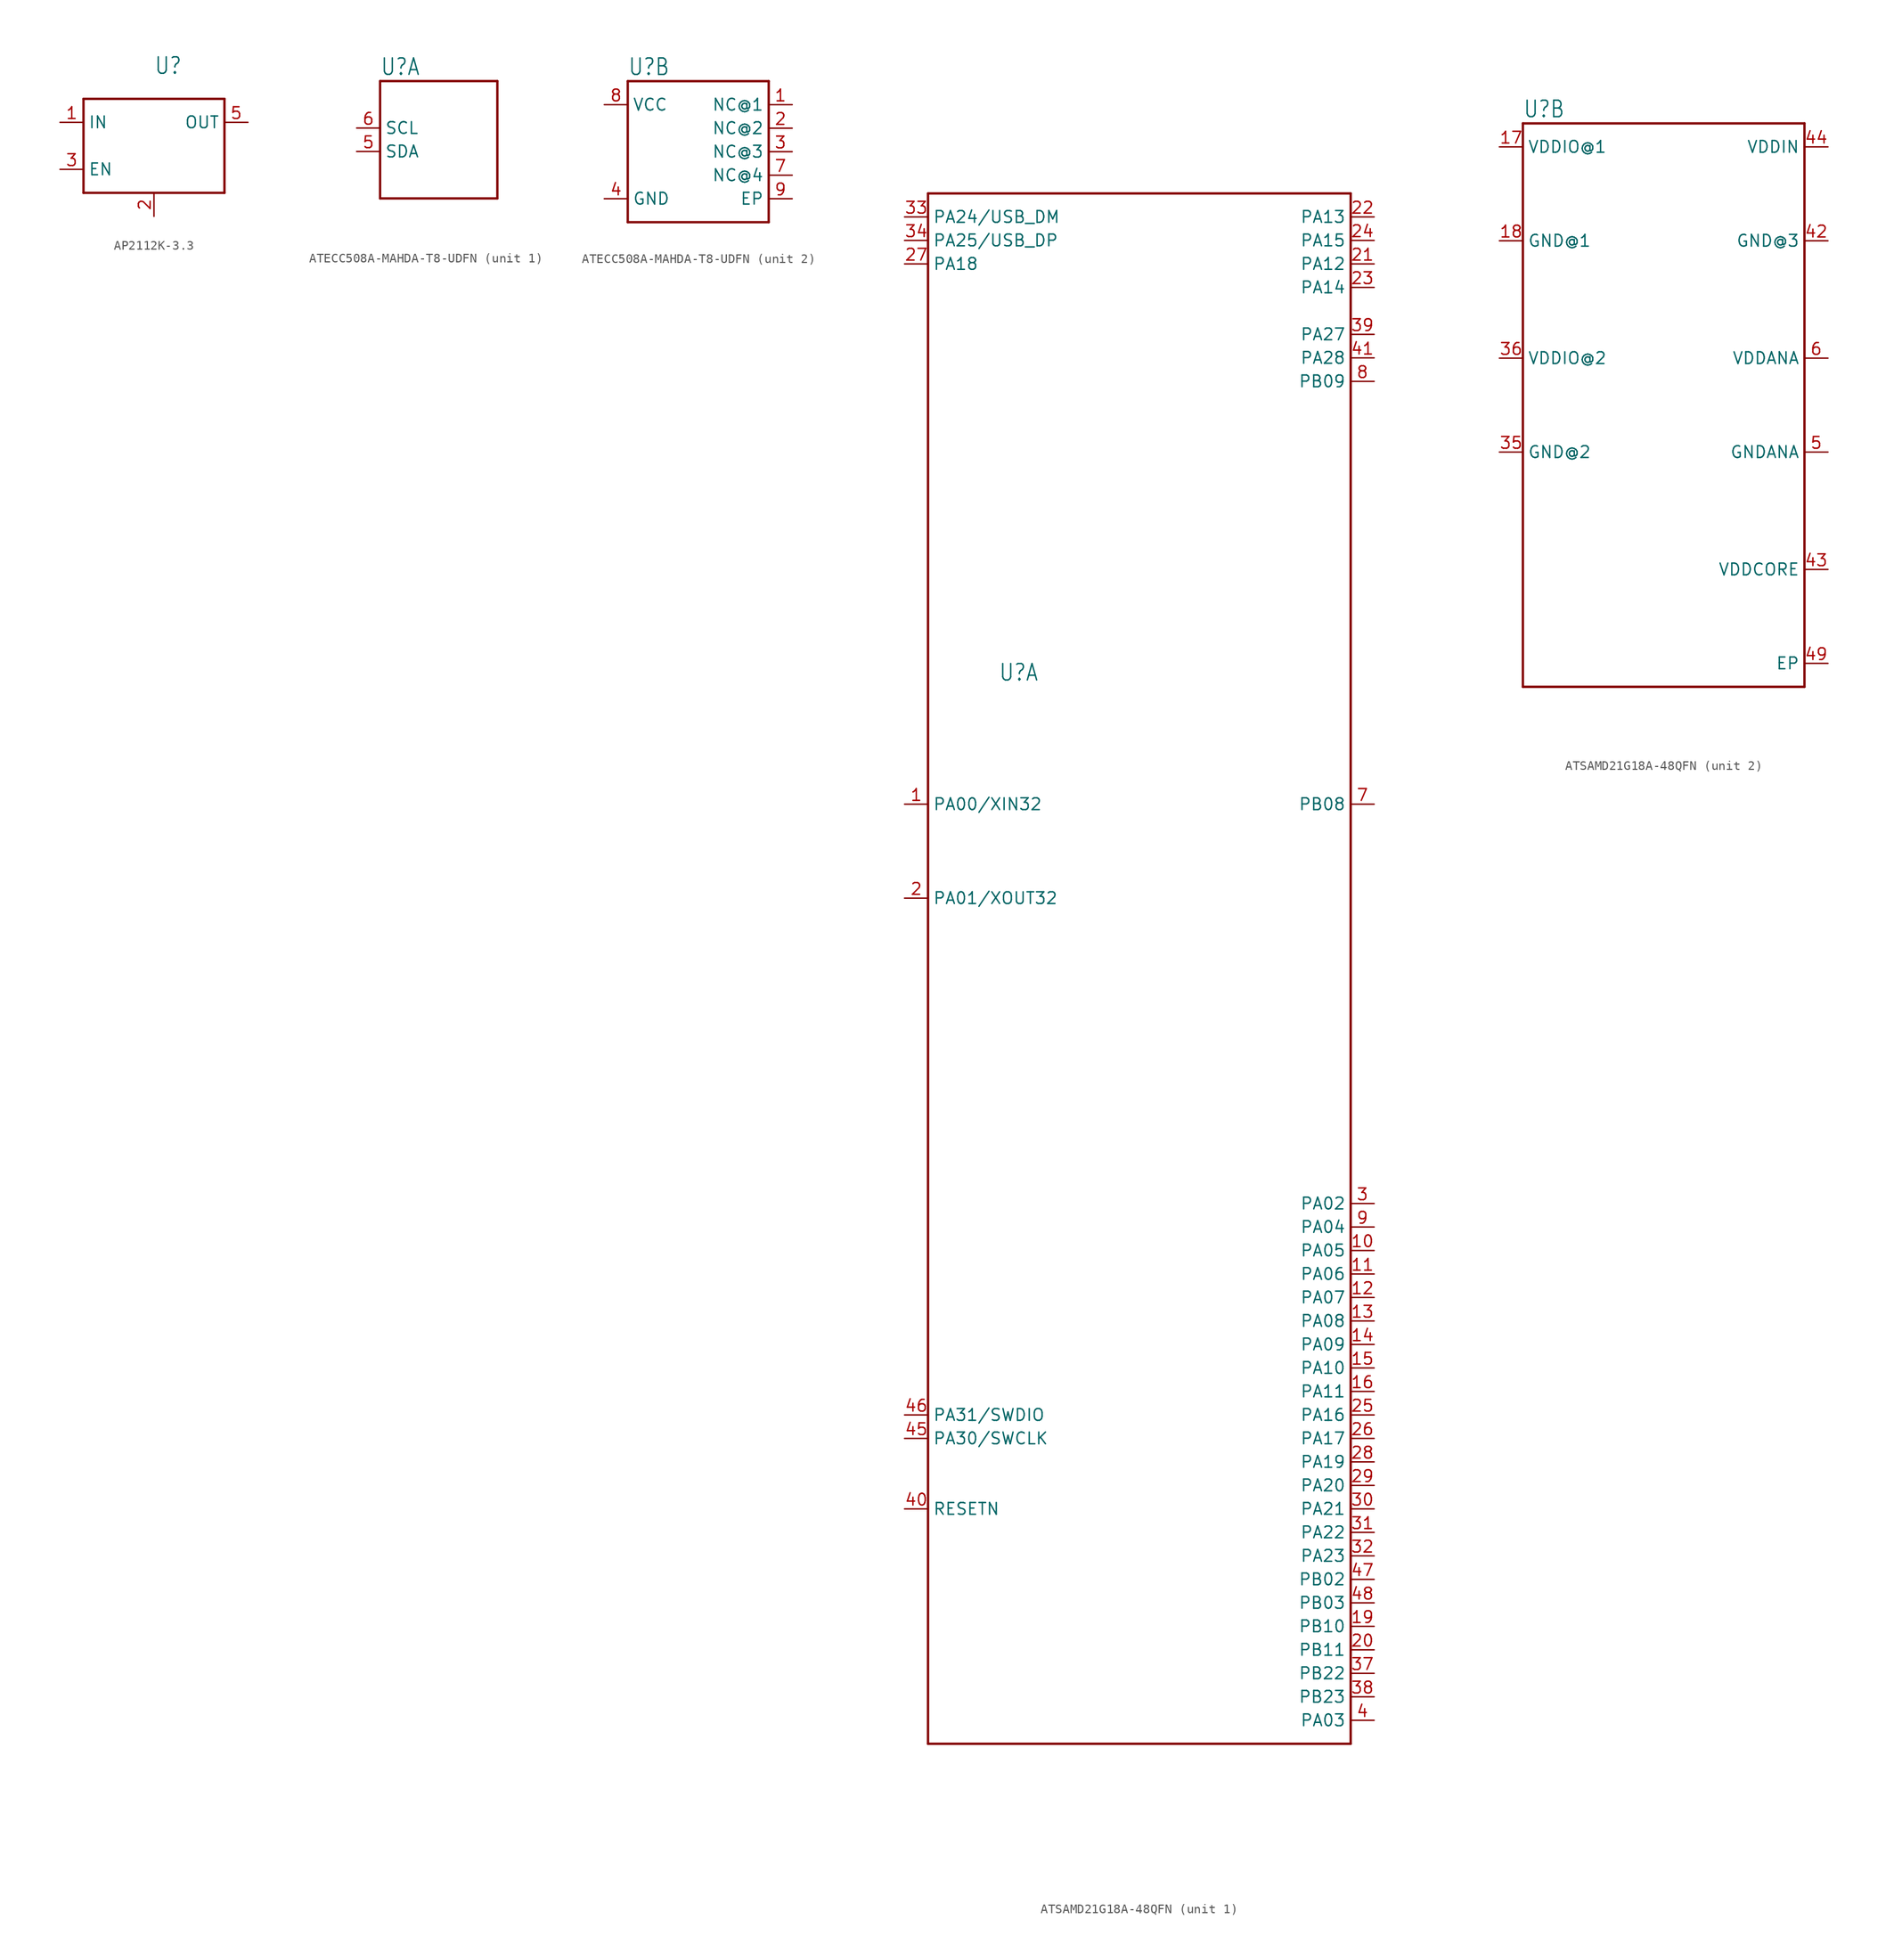
<source format=kicad_sym>
(kicad_symbol_lib
  (version 20231120)
  (generator "kicad_symbol_editor")
  (generator_version "8.0")
  (symbol "AP2112K-3.3"
    (property "Reference" "U"
      (at 0 7.62 0)
      (effects (font (size 1.778 1.511)) (justify left bottom)))
    (property "Value" ""
      (at 1.27 -7.62 0)
      (effects (font (size 1.778 1.511)) (justify left bottom)))
    (property "ki_locked" ""
      (at 0 0 0)
      (effects (font (size 1.27 1.27))))
    (symbol "AP2112K-3.3_1_0"
      (polyline (pts (xy -7.62 -5.08) (xy -7.62 5.08)) (stroke (width 0.254) (type solid)) (fill (type none)))
      (polyline (pts (xy -7.62 5.08) (xy 7.62 5.08)) (stroke (width 0.254) (type solid)) (fill (type none)))
      (polyline (pts (xy 7.62 -5.08) (xy -7.62 -5.08)) (stroke (width 0.254) (type solid)) (fill (type none)))
      (polyline (pts (xy 7.62 5.08) (xy 7.62 -5.08)) (stroke (width 0.254) (type solid)) (fill (type none)))
      (pin power_in line (at -10.16 2.54 0) (length 2.54) (name "IN" (effects (font (size 1.27 1.27)))) (number "1" (effects (font (size 1.27 1.27)))))
      (pin power_in line (at 0 -7.62 90) (length 2.54) (name "GND/ADJ" (effects (font (size 0 0)))) (number "2" (effects (font (size 1.27 1.27)))))
      (pin input line (at -10.16 -2.54 0) (length 2.54) (name "EN" (effects (font (size 1.27 1.27)))) (number "3" (effects (font (size 1.27 1.27)))))
      (pin power_in line (at 10.16 2.54 180) (length 2.54) (name "OUT" (effects (font (size 1.27 1.27)))) (number "5" (effects (font (size 1.27 1.27)))))))
  (symbol "ATECC508A-MAHDA-T8-UDFN"
    (property "Reference" "U"
      (at -7.62 8.128 0)
      (effects (font (size 1.778 1.511)) (justify left bottom)))
    (property "Value" ""
      (at -7.62 -8.128 0)
      (effects (font (size 1.778 1.511)) (justify left top)))
    (property "ki_locked" ""
      (at 0 0 0)
      (effects (font (size 1.27 1.27))))
    (symbol "ATECC508A-MAHDA-T8-UDFN_1_0"
      (polyline (pts (xy -7.62 -5.08) (xy -7.62 7.62)) (stroke (width 0.254) (type solid)) (fill (type none)))
      (polyline (pts (xy -7.62 7.62) (xy 5.08 7.62)) (stroke (width 0.254) (type solid)) (fill (type none)))
      (polyline (pts (xy 5.08 -5.08) (xy -7.62 -5.08)) (stroke (width 0.254) (type solid)) (fill (type none)))
      (polyline (pts (xy 5.08 7.62) (xy 5.08 -5.08)) (stroke (width 0.254) (type solid)) (fill (type none)))
      (pin bidirectional line (at -10.16 0 0) (length 2.54) (name "SDA" (effects (font (size 1.27 1.27)))) (number "5" (effects (font (size 1.27 1.27)))))
      (pin input line (at -10.16 2.54 0) (length 2.54) (name "SCL" (effects (font (size 1.27 1.27)))) (number "6" (effects (font (size 1.27 1.27))))))
    (symbol "ATECC508A-MAHDA-T8-UDFN_2_0"
      (polyline (pts (xy -7.62 -7.62) (xy -7.62 7.62)) (stroke (width 0.254) (type solid)) (fill (type none)))
      (polyline (pts (xy -7.62 7.62) (xy 7.62 7.62)) (stroke (width 0.254) (type solid)) (fill (type none)))
      (polyline (pts (xy 7.62 -7.62) (xy -7.62 -7.62)) (stroke (width 0.254) (type solid)) (fill (type none)))
      (polyline (pts (xy 7.62 7.62) (xy 7.62 -7.62)) (stroke (width 0.254) (type solid)) (fill (type none)))
      (pin bidirectional line (at 10.16 5.08 180) (length 2.54) (name "NC@1" (effects (font (size 1.27 1.27)))) (number "1" (effects (font (size 1.27 1.27)))))
      (pin bidirectional line (at 10.16 2.54 180) (length 2.54) (name "NC@2" (effects (font (size 1.27 1.27)))) (number "2" (effects (font (size 1.27 1.27)))))
      (pin bidirectional line (at 10.16 0 180) (length 2.54) (name "NC@3" (effects (font (size 1.27 1.27)))) (number "3" (effects (font (size 1.27 1.27)))))
      (pin power_in line (at -10.16 -5.08 0) (length 2.54) (name "GND" (effects (font (size 1.27 1.27)))) (number "4" (effects (font (size 1.27 1.27)))))
      (pin bidirectional line (at 10.16 -2.54 180) (length 2.54) (name "NC@4" (effects (font (size 1.27 1.27)))) (number "7" (effects (font (size 1.27 1.27)))))
      (pin power_in line (at -10.16 5.08 0) (length 2.54) (name "VCC" (effects (font (size 1.27 1.27)))) (number "8" (effects (font (size 1.27 1.27)))))
      (pin passive line (at 10.16 -5.08 180) (length 2.54) (name "EP" (effects (font (size 1.27 1.27)))) (number "9" (effects (font (size 1.27 1.27)))))))
  (symbol "ATSAMD21G18A-48QFN"
    (property "Reference" "U"
      (at -15.24 30.988 0)
      (effects (font (size 1.778 1.511)) (justify left bottom)))
    (property "Value" ""
      (at -15.24 -30.988 0)
      (effects (font (size 1.778 1.511)) (justify left top)))
    (property "ki_locked" ""
      (at 0 0 0)
      (effects (font (size 1.27 1.27))))
    (symbol "ATSAMD21G18A-48QFN_1_0"
      (polyline (pts (xy -22.86 -83.82) (xy -22.86 83.82)) (stroke (width 0.254) (type solid)) (fill (type none)))
      (polyline (pts (xy -22.86 83.82) (xy 22.86 83.82)) (stroke (width 0.254) (type solid)) (fill (type none)))
      (polyline (pts (xy 22.86 -83.82) (xy -22.86 -83.82)) (stroke (width 0.254) (type solid)) (fill (type none)))
      (polyline (pts (xy 22.86 83.82) (xy 22.86 -83.82)) (stroke (width 0.254) (type solid)) (fill (type none)))
      (pin bidirectional line (at -25.4 17.78 0) (length 2.54) (name "PA00/XIN32" (effects (font (size 1.27 1.27)))) (number "1" (effects (font (size 1.27 1.27)))))
      (pin bidirectional line (at 25.4 -30.48 180) (length 2.54) (name "PA05" (effects (font (size 1.27 1.27)))) (number "10" (effects (font (size 1.27 1.27)))))
      (pin bidirectional line (at 25.4 -33.02 180) (length 2.54) (name "PA06" (effects (font (size 1.27 1.27)))) (number "11" (effects (font (size 1.27 1.27)))))
      (pin bidirectional line (at 25.4 -35.56 180) (length 2.54) (name "PA07" (effects (font (size 1.27 1.27)))) (number "12" (effects (font (size 1.27 1.27)))))
      (pin bidirectional line (at 25.4 -38.1 180) (length 2.54) (name "PA08" (effects (font (size 1.27 1.27)))) (number "13" (effects (font (size 1.27 1.27)))))
      (pin bidirectional line (at 25.4 -40.64 180) (length 2.54) (name "PA09" (effects (font (size 1.27 1.27)))) (number "14" (effects (font (size 1.27 1.27)))))
      (pin bidirectional line (at 25.4 -43.18 180) (length 2.54) (name "PA10" (effects (font (size 1.27 1.27)))) (number "15" (effects (font (size 1.27 1.27)))))
      (pin bidirectional line (at 25.4 -45.72 180) (length 2.54) (name "PA11" (effects (font (size 1.27 1.27)))) (number "16" (effects (font (size 1.27 1.27)))))
      (pin bidirectional line (at 25.4 -71.12 180) (length 2.54) (name "PB10" (effects (font (size 1.27 1.27)))) (number "19" (effects (font (size 1.27 1.27)))))
      (pin bidirectional line (at -25.4 7.62 0) (length 2.54) (name "PA01/XOUT32" (effects (font (size 1.27 1.27)))) (number "2" (effects (font (size 1.27 1.27)))))
      (pin bidirectional line (at 25.4 -73.66 180) (length 2.54) (name "PB11" (effects (font (size 1.27 1.27)))) (number "20" (effects (font (size 1.27 1.27)))))
      (pin bidirectional line (at 25.4 76.2 180) (length 2.54) (name "PA12" (effects (font (size 1.27 1.27)))) (number "21" (effects (font (size 1.27 1.27)))))
      (pin bidirectional line (at 25.4 81.28 180) (length 2.54) (name "PA13" (effects (font (size 1.27 1.27)))) (number "22" (effects (font (size 1.27 1.27)))))
      (pin bidirectional line (at 25.4 73.66 180) (length 2.54) (name "PA14" (effects (font (size 1.27 1.27)))) (number "23" (effects (font (size 1.27 1.27)))))
      (pin bidirectional line (at 25.4 78.74 180) (length 2.54) (name "PA15" (effects (font (size 1.27 1.27)))) (number "24" (effects (font (size 1.27 1.27)))))
      (pin bidirectional line (at 25.4 -48.26 180) (length 2.54) (name "PA16" (effects (font (size 1.27 1.27)))) (number "25" (effects (font (size 1.27 1.27)))))
      (pin bidirectional line (at 25.4 -50.8 180) (length 2.54) (name "PA17" (effects (font (size 1.27 1.27)))) (number "26" (effects (font (size 1.27 1.27)))))
      (pin bidirectional line (at -25.4 76.2 0) (length 2.54) (name "PA18" (effects (font (size 1.27 1.27)))) (number "27" (effects (font (size 1.27 1.27)))))
      (pin bidirectional line (at 25.4 -53.34 180) (length 2.54) (name "PA19" (effects (font (size 1.27 1.27)))) (number "28" (effects (font (size 1.27 1.27)))))
      (pin bidirectional line (at 25.4 -55.88 180) (length 2.54) (name "PA20" (effects (font (size 1.27 1.27)))) (number "29" (effects (font (size 1.27 1.27)))))
      (pin bidirectional line (at 25.4 -25.4 180) (length 2.54) (name "PA02" (effects (font (size 1.27 1.27)))) (number "3" (effects (font (size 1.27 1.27)))))
      (pin bidirectional line (at 25.4 -58.42 180) (length 2.54) (name "PA21" (effects (font (size 1.27 1.27)))) (number "30" (effects (font (size 1.27 1.27)))))
      (pin bidirectional line (at 25.4 -60.96 180) (length 2.54) (name "PA22" (effects (font (size 1.27 1.27)))) (number "31" (effects (font (size 1.27 1.27)))))
      (pin bidirectional line (at 25.4 -63.5 180) (length 2.54) (name "PA23" (effects (font (size 1.27 1.27)))) (number "32" (effects (font (size 1.27 1.27)))))
      (pin bidirectional line (at -25.4 81.28 0) (length 2.54) (name "PA24/USB_DM" (effects (font (size 1.27 1.27)))) (number "33" (effects (font (size 1.27 1.27)))))
      (pin bidirectional line (at -25.4 78.74 0) (length 2.54) (name "PA25/USB_DP" (effects (font (size 1.27 1.27)))) (number "34" (effects (font (size 1.27 1.27)))))
      (pin bidirectional line (at 25.4 -76.2 180) (length 2.54) (name "PB22" (effects (font (size 1.27 1.27)))) (number "37" (effects (font (size 1.27 1.27)))))
      (pin bidirectional line (at 25.4 -78.74 180) (length 2.54) (name "PB23" (effects (font (size 1.27 1.27)))) (number "38" (effects (font (size 1.27 1.27)))))
      (pin bidirectional line (at 25.4 68.58 180) (length 2.54) (name "PA27" (effects (font (size 1.27 1.27)))) (number "39" (effects (font (size 1.27 1.27)))))
      (pin bidirectional line (at 25.4 -81.28 180) (length 2.54) (name "PA03" (effects (font (size 1.27 1.27)))) (number "4" (effects (font (size 1.27 1.27)))))
      (pin bidirectional line (at -25.4 -58.42 0) (length 2.54) (name "RESETN" (effects (font (size 1.27 1.27)))) (number "40" (effects (font (size 1.27 1.27)))))
      (pin bidirectional line (at 25.4 66.04 180) (length 2.54) (name "PA28" (effects (font (size 1.27 1.27)))) (number "41" (effects (font (size 1.27 1.27)))))
      (pin bidirectional line (at -25.4 -50.8 0) (length 2.54) (name "PA30/SWCLK" (effects (font (size 1.27 1.27)))) (number "45" (effects (font (size 1.27 1.27)))))
      (pin bidirectional line (at -25.4 -48.26 0) (length 2.54) (name "PA31/SWDIO" (effects (font (size 1.27 1.27)))) (number "46" (effects (font (size 1.27 1.27)))))
      (pin bidirectional line (at 25.4 -66.04 180) (length 2.54) (name "PB02" (effects (font (size 1.27 1.27)))) (number "47" (effects (font (size 1.27 1.27)))))
      (pin bidirectional line (at 25.4 -68.58 180) (length 2.54) (name "PB03" (effects (font (size 1.27 1.27)))) (number "48" (effects (font (size 1.27 1.27)))))
      (pin bidirectional line (at 25.4 17.78 180) (length 2.54) (name "PB08" (effects (font (size 1.27 1.27)))) (number "7" (effects (font (size 1.27 1.27)))))
      (pin bidirectional line (at 25.4 63.5 180) (length 2.54) (name "PB09" (effects (font (size 1.27 1.27)))) (number "8" (effects (font (size 1.27 1.27)))))
      (pin bidirectional line (at 25.4 -27.94 180) (length 2.54) (name "PA04" (effects (font (size 1.27 1.27)))) (number "9" (effects (font (size 1.27 1.27))))))
    (symbol "ATSAMD21G18A-48QFN_2_0"
      (polyline (pts (xy -15.24 -30.48) (xy -15.24 30.48)) (stroke (width 0.254) (type solid)) (fill (type none)))
      (polyline (pts (xy -15.24 30.48) (xy 15.24 30.48)) (stroke (width 0.254) (type solid)) (fill (type none)))
      (polyline (pts (xy 15.24 -30.48) (xy -15.24 -30.48)) (stroke (width 0.254) (type solid)) (fill (type none)))
      (polyline (pts (xy 15.24 30.48) (xy 15.24 -30.48)) (stroke (width 0.254) (type solid)) (fill (type none)))
      (pin power_in line (at -17.78 27.94 0) (length 2.54) (name "VDDIO@1" (effects (font (size 1.27 1.27)))) (number "17" (effects (font (size 1.27 1.27)))))
      (pin power_in line (at -17.78 17.78 0) (length 2.54) (name "GND@1" (effects (font (size 1.27 1.27)))) (number "18" (effects (font (size 1.27 1.27)))))
      (pin power_in line (at -17.78 -5.08 0) (length 2.54) (name "GND@2" (effects (font (size 1.27 1.27)))) (number "35" (effects (font (size 1.27 1.27)))))
      (pin power_in line (at -17.78 5.08 0) (length 2.54) (name "VDDIO@2" (effects (font (size 1.27 1.27)))) (number "36" (effects (font (size 1.27 1.27)))))
      (pin power_in line (at 17.78 17.78 180) (length 2.54) (name "GND@3" (effects (font (size 1.27 1.27)))) (number "42" (effects (font (size 1.27 1.27)))))
      (pin power_in line (at 17.78 -17.78 180) (length 2.54) (name "VDDCORE" (effects (font (size 1.27 1.27)))) (number "43" (effects (font (size 1.27 1.27)))))
      (pin power_in line (at 17.78 27.94 180) (length 2.54) (name "VDDIN" (effects (font (size 1.27 1.27)))) (number "44" (effects (font (size 1.27 1.27)))))
      (pin passive line (at 17.78 -27.94 180) (length 2.54) (name "EP" (effects (font (size 1.27 1.27)))) (number "49" (effects (font (size 1.27 1.27)))))
      (pin power_in line (at 17.78 -5.08 180) (length 2.54) (name "GNDANA" (effects (font (size 1.27 1.27)))) (number "5" (effects (font (size 1.27 1.27)))))
      (pin power_in line (at 17.78 5.08 180) (length 2.54) (name "VDDANA" (effects (font (size 1.27 1.27)))) (number "6" (effects (font (size 1.27 1.27))))))))
</source>
